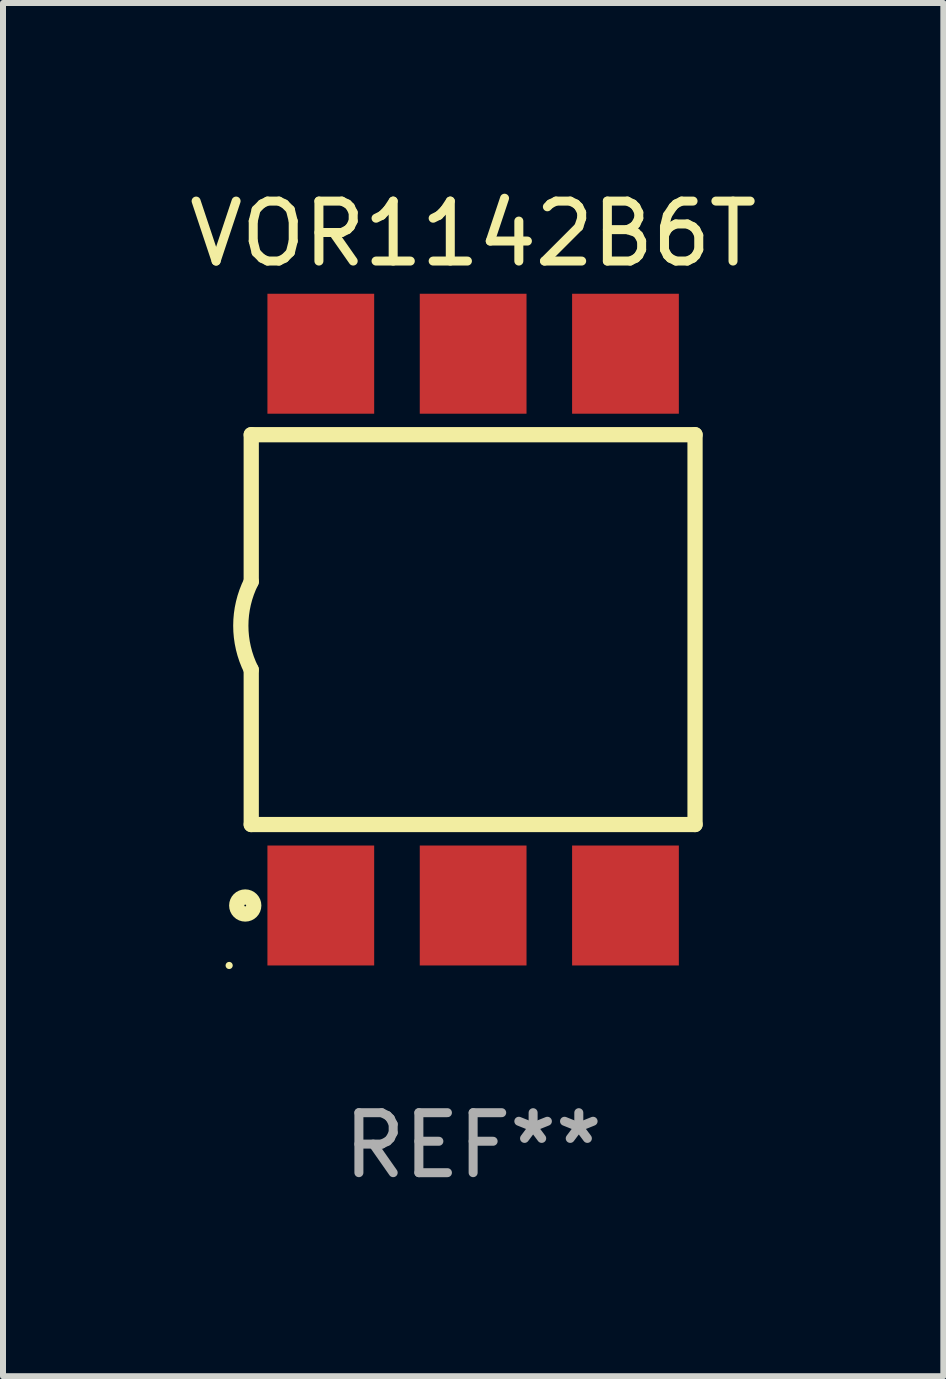
<source format=kicad_pcb>
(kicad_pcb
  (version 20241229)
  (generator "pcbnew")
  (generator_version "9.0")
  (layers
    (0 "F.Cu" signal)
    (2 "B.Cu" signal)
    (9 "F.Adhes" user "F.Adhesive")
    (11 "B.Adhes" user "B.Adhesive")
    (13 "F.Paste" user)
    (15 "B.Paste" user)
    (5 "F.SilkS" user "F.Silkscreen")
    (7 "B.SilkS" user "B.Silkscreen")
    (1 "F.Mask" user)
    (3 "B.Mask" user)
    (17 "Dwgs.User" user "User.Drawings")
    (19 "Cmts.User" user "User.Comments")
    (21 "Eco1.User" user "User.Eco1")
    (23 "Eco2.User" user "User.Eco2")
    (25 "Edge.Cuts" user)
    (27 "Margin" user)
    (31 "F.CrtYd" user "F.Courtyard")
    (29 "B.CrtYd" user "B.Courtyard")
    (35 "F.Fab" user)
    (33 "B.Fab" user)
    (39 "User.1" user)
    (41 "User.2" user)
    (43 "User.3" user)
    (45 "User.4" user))
  (footprint "VOR1142B6T"
    (layer "F.Cu")
    (at 4.839 7.448)
    (property "Reference" "VOR1142B6T" (at 0 -6.6 0) (layer "F.SilkS") (effects (font (size 1 1) (thickness 0.15))))
    (attr through_hole)
    (fp_line (start -3.7 -3.25) (end -3.7 -0.8) (stroke (width 0.254) (type solid)) (layer "F.SilkS"))
    (fp_line (start -3.7 -3.25) (end 3.7 -3.25) (stroke (width 0.254) (type solid)) (layer "F.SilkS"))
    (fp_line (start -3.7 3.25) (end -3.7 0.669) (stroke (width 0.254) (type solid)) (layer "F.SilkS"))
    (fp_line (start 3.7 -3.25) (end 3.7 3.25) (stroke (width 0.254) (type solid)) (layer "F.SilkS"))
    (fp_line (start 3.7 3.25) (end -3.7 3.25) (stroke (width 0.254) (type solid)) (layer "F.SilkS"))
    (fp_arc (start -3.700787 0.668021) (mid -3.873795 -0.066082) (end -3.7 -0.8) (stroke (width 0.254001) (type solid)) (layer "F.SilkS"))
    (fp_circle (center -4.068 5.6) (end -4.038 5.6) (stroke (width 0.06) (type solid)) (fill no) (layer "F.SilkS"))
    (fp_circle (center -3.8 4.6) (end -3.658 4.6) (stroke (width 0.254) (type solid)) (fill no) (layer "F.SilkS"))
    (fp_text user "REF**" (at 0 8.6 0) (layer "F.Fab") (effects (font (size 1 1) (thickness 0.15))))
    (pad "1" smd rect (at -2.54 4.6) (size 1.78 2) (layers "F.Cu" "F.Mask" "F.Paste"))
    (pad "2" smd rect (at 0 4.6) (size 1.78 2) (layers "F.Cu" "F.Mask" "F.Paste"))
    (pad "3" smd rect (at 2.54 4.6) (size 1.78 2) (layers "F.Cu" "F.Mask" "F.Paste"))
    (pad "4" smd rect (at 2.54 -4.6) (size 1.78 2) (layers "F.Cu" "F.Mask" "F.Paste"))
    (pad "5" smd rect (at 0 -4.6) (size 1.78 2) (layers "F.Cu" "F.Mask" "F.Paste"))
    (pad "6" smd rect (at -2.54 -4.6) (size 1.78 2) (layers "F.Cu" "F.Mask" "F.Paste")))
  (gr_rect
    (start -3 -3)
    (end 12.679 19.896)
    (stroke (width 0.1) (type default))
    (fill no)
    (layer "Edge.Cuts")))
</source>
